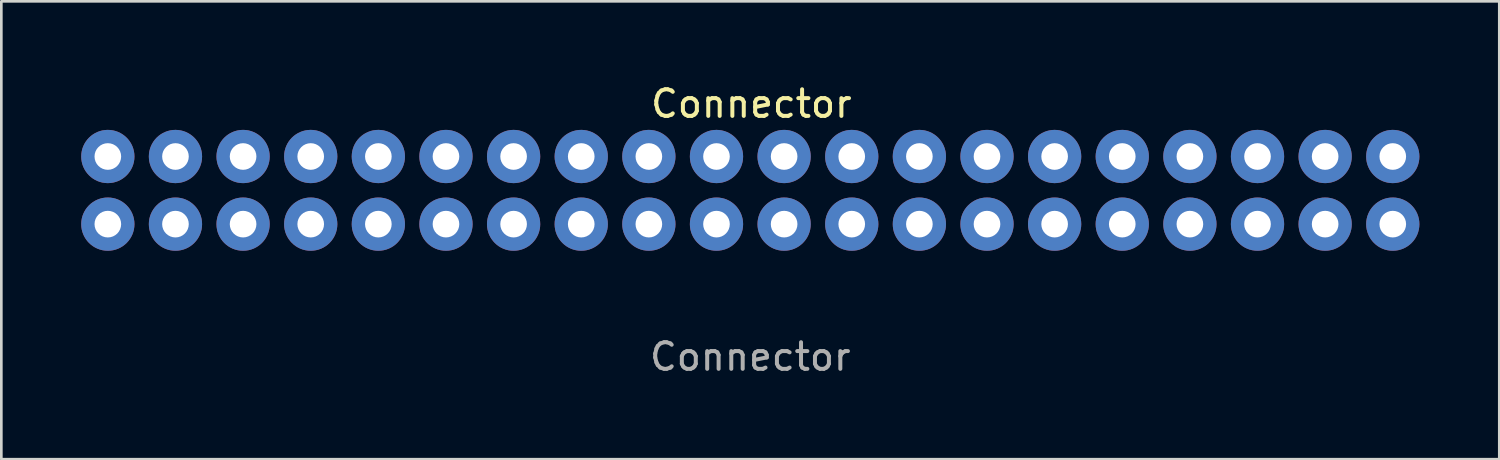
<source format=kicad_pcb>
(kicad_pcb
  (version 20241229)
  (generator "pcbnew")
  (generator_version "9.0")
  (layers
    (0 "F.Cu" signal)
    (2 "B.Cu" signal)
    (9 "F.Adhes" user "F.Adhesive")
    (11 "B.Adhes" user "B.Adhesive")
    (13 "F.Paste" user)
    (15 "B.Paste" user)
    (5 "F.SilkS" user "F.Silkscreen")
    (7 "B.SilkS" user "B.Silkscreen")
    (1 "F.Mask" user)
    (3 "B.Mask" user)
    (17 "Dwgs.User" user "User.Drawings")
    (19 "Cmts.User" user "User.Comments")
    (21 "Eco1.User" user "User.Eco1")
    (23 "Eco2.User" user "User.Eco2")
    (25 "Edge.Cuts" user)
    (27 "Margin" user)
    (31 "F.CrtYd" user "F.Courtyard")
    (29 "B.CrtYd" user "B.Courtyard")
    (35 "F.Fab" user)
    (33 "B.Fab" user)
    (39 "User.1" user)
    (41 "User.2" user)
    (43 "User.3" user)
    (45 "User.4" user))
  (footprint "Connector"
    (layer "F.Cu")
    (at 25.13 4.098)
    (property "Reference" "Connector" (at 0.04 -3.25 180) (layer "F.SilkS") (effects (font (size 1 1) (thickness 0.15))))
    (attr through_hole)
    (fp_text user "${REFERENCE}" (at 0 6.25 180) (layer "F.Fab") (effects (font (size 1 1) (thickness 0.15))))
    (pad "1" thru_hole circle (at -24.13 1.27 90) (size 2 2) (drill 1) (layers "*.Cu" "*.Mask") (remove_unused_layers yes) (keep_end_layers yes) (zone_layer_connections))
    (pad "2" thru_hole circle (at -24.13 -1.27 90) (size 2 2) (drill 1) (layers "*.Cu" "*.Mask") (remove_unused_layers yes) (keep_end_layers yes) (zone_layer_connections))
    (pad "3" thru_hole circle (at -21.59 1.27 90) (size 2 2) (drill 1) (layers "*.Cu" "*.Mask") (remove_unused_layers yes) (keep_end_layers yes) (zone_layer_connections))
    (pad "4" thru_hole circle (at -21.59 -1.27 90) (size 2 2) (drill 1) (layers "*.Cu" "*.Mask") (remove_unused_layers yes) (keep_end_layers yes) (zone_layer_connections))
    (pad "5" thru_hole circle (at -19.05 1.27 90) (size 2 2) (drill 1) (layers "*.Cu" "*.Mask") (remove_unused_layers yes) (keep_end_layers yes) (zone_layer_connections))
    (pad "6" thru_hole circle (at -19.05 -1.27 90) (size 2 2) (drill 1) (layers "*.Cu" "*.Mask") (remove_unused_layers yes) (keep_end_layers yes) (zone_layer_connections))
    (pad "7" thru_hole circle (at -16.51 1.27 90) (size 2 2) (drill 1) (layers "*.Cu" "*.Mask") (remove_unused_layers yes) (keep_end_layers yes) (zone_layer_connections))
    (pad "8" thru_hole circle (at -16.51 -1.27 90) (size 2 2) (drill 1) (layers "*.Cu" "*.Mask") (remove_unused_layers yes) (keep_end_layers yes) (zone_layer_connections))
    (pad "9" thru_hole circle (at -13.97 1.27 90) (size 2 2) (drill 1) (layers "*.Cu" "*.Mask") (remove_unused_layers yes) (keep_end_layers yes) (zone_layer_connections))
    (pad "10" thru_hole circle (at -13.97 -1.27 90) (size 2 2) (drill 1) (layers "*.Cu" "*.Mask") (remove_unused_layers yes) (keep_end_layers yes) (zone_layer_connections))
    (pad "11" thru_hole circle (at -11.43 1.27 90) (size 2 2) (drill 1) (layers "*.Cu" "*.Mask") (remove_unused_layers yes) (keep_end_layers yes) (zone_layer_connections))
    (pad "12" thru_hole circle (at -11.43 -1.27 90) (size 2 2) (drill 1) (layers "*.Cu" "*.Mask") (remove_unused_layers yes) (keep_end_layers yes) (zone_layer_connections))
    (pad "13" thru_hole circle (at -8.89 1.27 90) (size 2 2) (drill 1) (layers "*.Cu" "*.Mask") (remove_unused_layers yes) (keep_end_layers yes) (zone_layer_connections))
    (pad "14" thru_hole circle (at -8.89 -1.27 90) (size 2 2) (drill 1) (layers "*.Cu" "*.Mask") (remove_unused_layers yes) (keep_end_layers yes) (zone_layer_connections))
    (pad "15" thru_hole circle (at -6.35 1.27 90) (size 2 2) (drill 1) (layers "*.Cu" "*.Mask") (remove_unused_layers yes) (keep_end_layers yes) (zone_layer_connections))
    (pad "16" thru_hole circle (at -6.35 -1.27 90) (size 2 2) (drill 1) (layers "*.Cu" "*.Mask") (remove_unused_layers yes) (keep_end_layers yes) (zone_layer_connections))
    (pad "17" thru_hole circle (at -3.81 1.27 90) (size 2 2) (drill 1) (layers "*.Cu" "*.Mask") (remove_unused_layers yes) (keep_end_layers yes) (zone_layer_connections))
    (pad "18" thru_hole circle (at -3.81 -1.27 90) (size 2 2) (drill 1) (layers "*.Cu" "*.Mask") (remove_unused_layers yes) (keep_end_layers yes) (zone_layer_connections))
    (pad "19" thru_hole circle (at -1.27 1.27 90) (size 2 2) (drill 1) (layers "*.Cu" "*.Mask") (remove_unused_layers yes) (keep_end_layers yes) (zone_layer_connections))
    (pad "20" thru_hole circle (at -1.27 -1.27 90) (size 2 2) (drill 1) (layers "*.Cu" "*.Mask") (remove_unused_layers yes) (keep_end_layers yes) (zone_layer_connections))
    (pad "21" thru_hole circle (at 1.27 1.27 90) (size 2 2) (drill 1) (layers "*.Cu" "*.Mask") (remove_unused_layers yes) (keep_end_layers yes) (zone_layer_connections))
    (pad "22" thru_hole circle (at 1.27 -1.27 90) (size 2 2) (drill 1) (layers "*.Cu" "*.Mask") (remove_unused_layers yes) (keep_end_layers yes) (zone_layer_connections))
    (pad "23" thru_hole circle (at 3.81 1.27 90) (size 2 2) (drill 1) (layers "*.Cu" "*.Mask") (remove_unused_layers yes) (keep_end_layers yes) (zone_layer_connections))
    (pad "24" thru_hole circle (at 3.81 -1.27 90) (size 2 2) (drill 1) (layers "*.Cu" "*.Mask") (remove_unused_layers yes) (keep_end_layers yes) (zone_layer_connections))
    (pad "25" thru_hole circle (at 6.35 1.27 90) (size 2 2) (drill 1) (layers "*.Cu" "*.Mask") (remove_unused_layers yes) (keep_end_layers yes) (zone_layer_connections))
    (pad "26" thru_hole circle (at 6.35 -1.27 90) (size 2 2) (drill 1) (layers "*.Cu" "*.Mask") (remove_unused_layers yes) (keep_end_layers yes) (zone_layer_connections))
    (pad "27" thru_hole circle (at 8.89 1.27 90) (size 2 2) (drill 1) (layers "*.Cu" "*.Mask") (remove_unused_layers yes) (keep_end_layers yes) (zone_layer_connections))
    (pad "28" thru_hole circle (at 8.89 -1.27 90) (size 2 2) (drill 1) (layers "*.Cu" "*.Mask") (remove_unused_layers yes) (keep_end_layers yes) (zone_layer_connections))
    (pad "29" thru_hole circle (at 11.43 1.27 90) (size 2 2) (drill 1) (layers "*.Cu" "*.Mask") (remove_unused_layers yes) (keep_end_layers yes) (zone_layer_connections))
    (pad "30" thru_hole circle (at 11.43 -1.27 90) (size 2 2) (drill 1) (layers "*.Cu" "*.Mask") (remove_unused_layers yes) (keep_end_layers yes) (zone_layer_connections))
    (pad "31" thru_hole circle (at 13.97 1.27 90) (size 2 2) (drill 1) (layers "*.Cu" "*.Mask") (remove_unused_layers yes) (keep_end_layers yes) (zone_layer_connections))
    (pad "32" thru_hole circle (at 13.97 -1.27 90) (size 2 2) (drill 1) (layers "*.Cu" "*.Mask") (remove_unused_layers yes) (keep_end_layers yes) (zone_layer_connections))
    (pad "33" thru_hole circle (at 16.51 1.27 90) (size 2 2) (drill 1) (layers "*.Cu" "*.Mask") (remove_unused_layers yes) (keep_end_layers yes) (zone_layer_connections))
    (pad "34" thru_hole circle (at 16.51 -1.27 90) (size 2 2) (drill 1) (layers "*.Cu" "*.Mask") (remove_unused_layers yes) (keep_end_layers yes) (zone_layer_connections))
    (pad "35" thru_hole circle (at 19.05 1.27 90) (size 2 2) (drill 1) (layers "*.Cu" "*.Mask") (remove_unused_layers yes) (keep_end_layers yes) (zone_layer_connections))
    (pad "36" thru_hole circle (at 19.05 -1.27 90) (size 2 2) (drill 1) (layers "*.Cu" "*.Mask") (remove_unused_layers yes) (keep_end_layers yes) (zone_layer_connections))
    (pad "37" thru_hole circle (at 21.59 1.27 90) (size 2 2) (drill 1) (layers "*.Cu" "*.Mask") (remove_unused_layers yes) (keep_end_layers yes) (zone_layer_connections))
    (pad "38" thru_hole circle (at 21.59 -1.27 90) (size 2 2) (drill 1) (layers "*.Cu" "*.Mask") (remove_unused_layers yes) (keep_end_layers yes) (zone_layer_connections))
    (pad "39" thru_hole circle (at 24.13 1.27 90) (size 2 2) (drill 1) (layers "*.Cu" "*.Mask") (remove_unused_layers yes) (keep_end_layers yes) (zone_layer_connections))
    (pad "40" thru_hole circle (at 24.13 -1.27 90) (size 2 2) (drill 1) (layers "*.Cu" "*.Mask") (remove_unused_layers yes) (keep_end_layers yes) (zone_layer_connections)))
  (gr_rect
    (start -3 -3)
    (end 53.26 14.197)
    (stroke (width 0.1) (type default))
    (fill no)
    (layer "Edge.Cuts")))
</source>
